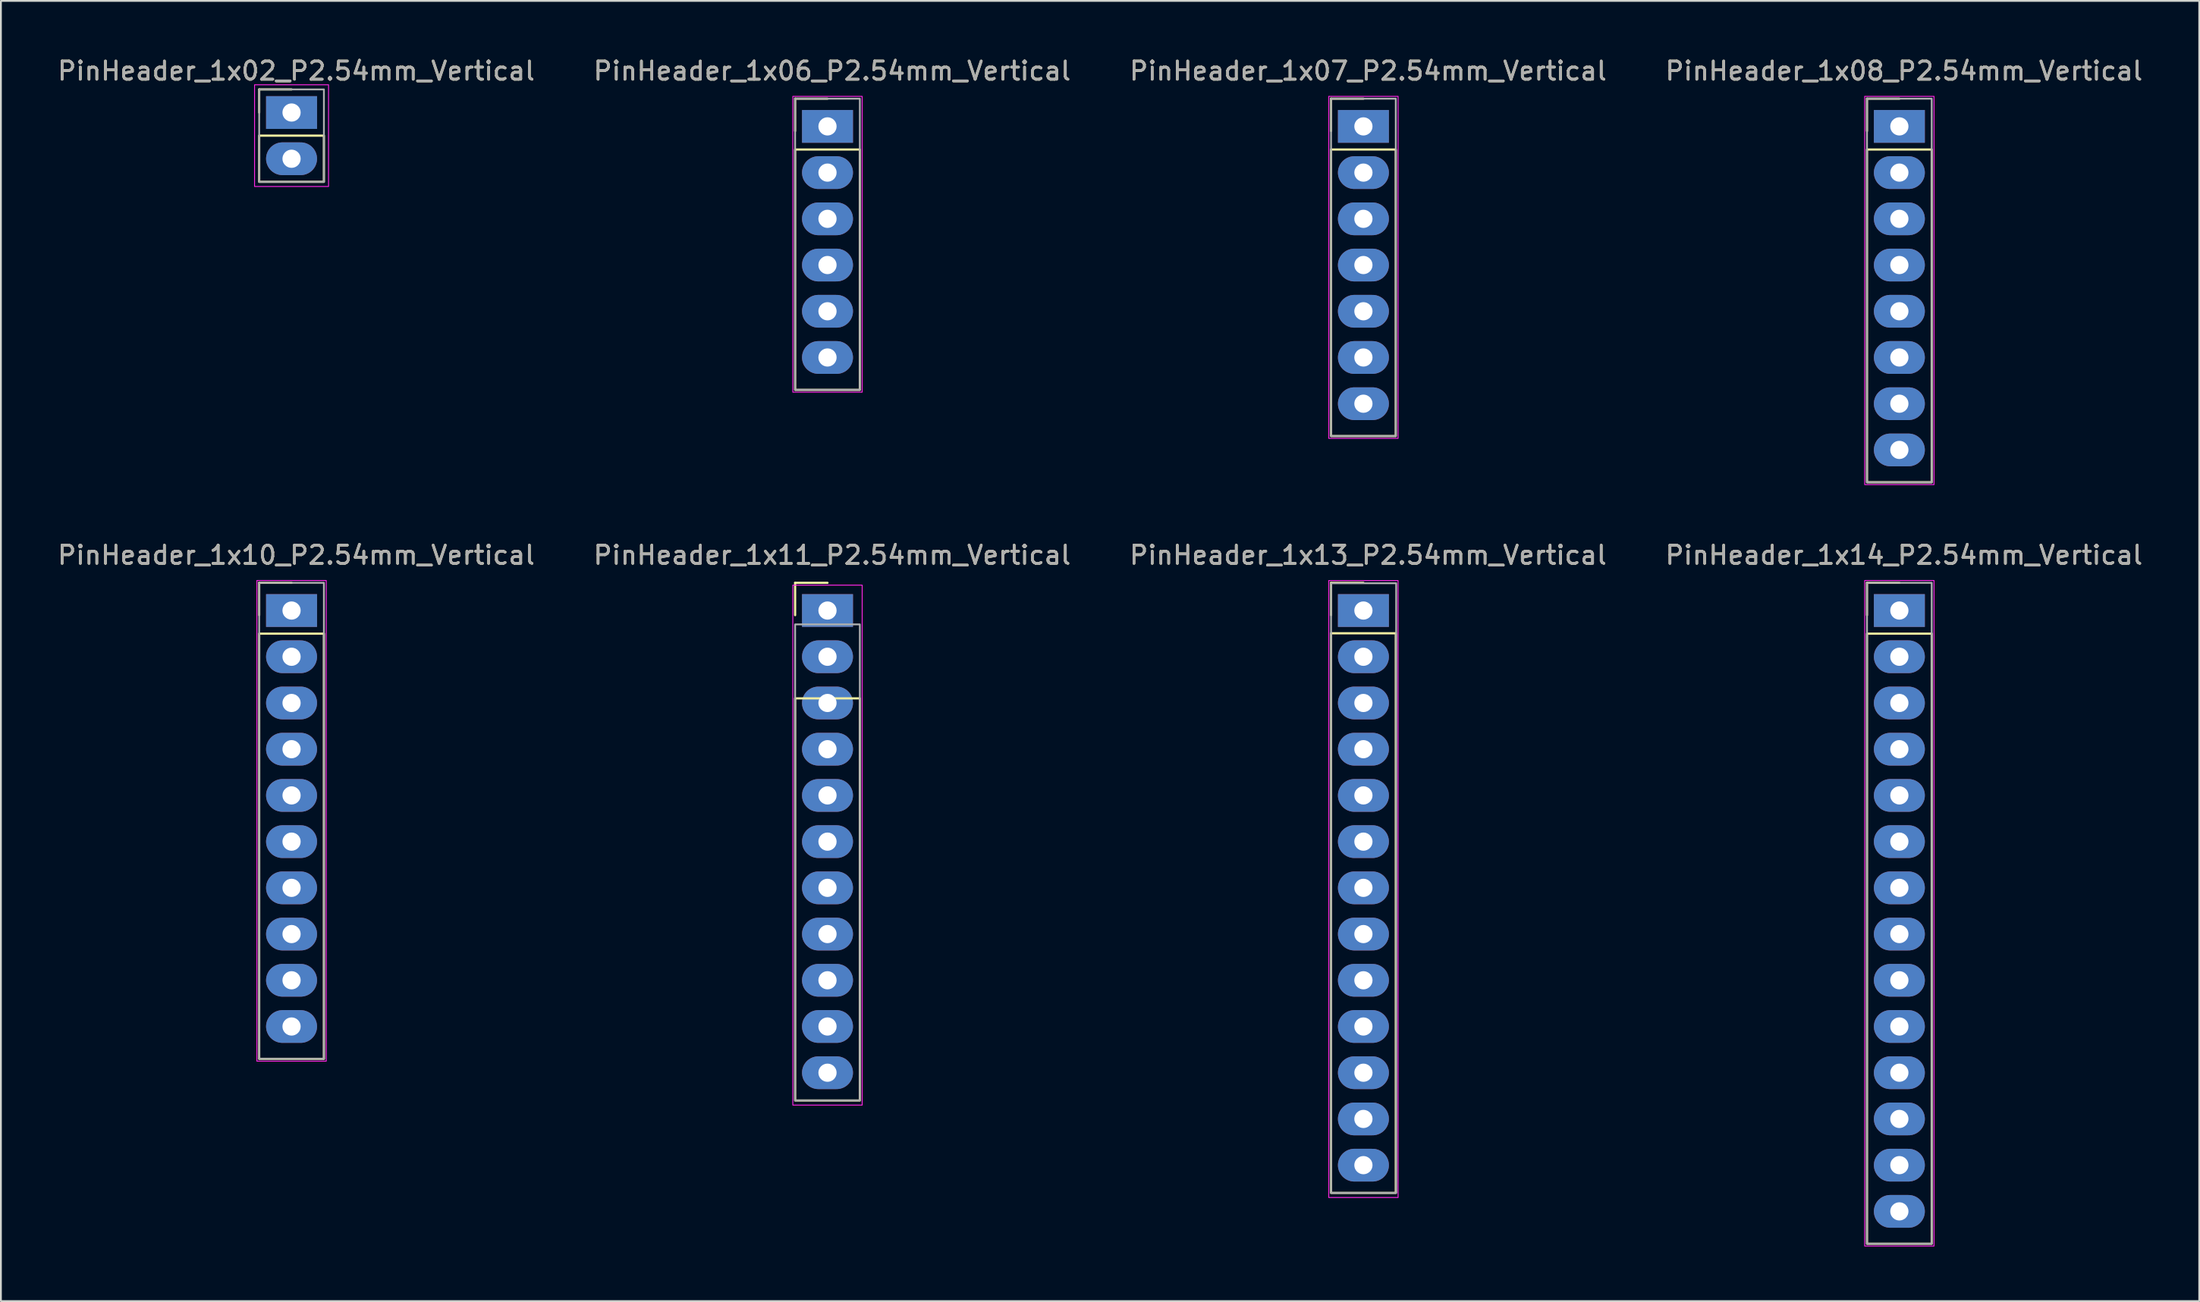
<source format=kicad_pcb>
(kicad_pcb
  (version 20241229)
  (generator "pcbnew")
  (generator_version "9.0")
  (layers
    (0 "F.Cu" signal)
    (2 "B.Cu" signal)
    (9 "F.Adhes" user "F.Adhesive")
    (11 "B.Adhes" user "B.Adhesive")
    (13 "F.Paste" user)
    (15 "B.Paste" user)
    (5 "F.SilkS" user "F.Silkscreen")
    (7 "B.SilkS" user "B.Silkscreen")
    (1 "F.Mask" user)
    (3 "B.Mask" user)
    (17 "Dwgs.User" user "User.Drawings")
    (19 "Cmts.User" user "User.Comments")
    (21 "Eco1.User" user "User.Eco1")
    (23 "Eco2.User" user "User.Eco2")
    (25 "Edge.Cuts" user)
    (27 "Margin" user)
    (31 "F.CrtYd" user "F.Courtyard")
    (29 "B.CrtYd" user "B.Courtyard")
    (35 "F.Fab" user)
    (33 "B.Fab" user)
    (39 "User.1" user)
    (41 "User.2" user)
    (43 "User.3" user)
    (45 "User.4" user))
  (footprint "PinHeader_1x10_P2.54mm_Vertical"
    (layer "F.Cu")
    (at 12.966 30.503)
    (property "Reference" "PinHeader_1x10_P2.54mm_Vertical" (at 0.254 -3.048 0) (unlocked yes) (layer "F.SilkS") (effects (font (size 1 1) (thickness 0.15))))
    (attr through_hole)
    (fp_line (start -1.778 -1.524) (end 0 -1.524) (stroke (width 0.12) (type solid)) (layer "F.SilkS"))
    (fp_line (start -1.778 0.254) (end -1.778 -1.524) (stroke (width 0.12) (type solid)) (layer "F.SilkS"))
    (fp_rect (start -1.778 1.27) (end 1.778 24.638) (stroke (width 0.12) (type solid)) (fill no) (layer "F.SilkS"))
    (fp_rect (start -1.905 -1.651) (end 1.905 24.765) (stroke (width 0.05) (type solid)) (fill no) (layer "F.CrtYd"))
    (fp_rect (start -1.778 -1.524) (end 1.778 24.638) (stroke (width 0.1) (type solid)) (fill no) (layer "F.Fab"))
    (fp_text user "${REFERENCE}" (at 0.254 -3.048 0) (unlocked yes) (layer "F.Fab") (effects (font (size 1 1) (thickness 0.15))))
    (pad "1" thru_hole rect (at 0 0) (size 2.8 1.8) (drill 1) (layers "*.Cu" "*.Mask"))
    (pad "2" thru_hole oval (at 0 2.54) (size 2.8 1.8) (drill 1) (layers "*.Cu" "*.Mask"))
    (pad "3" thru_hole oval (at 0 5.08) (size 2.8 1.8) (drill 1) (layers "*.Cu" "*.Mask"))
    (pad "4" thru_hole oval (at 0 7.62) (size 2.8 1.8) (drill 1) (layers "*.Cu" "*.Mask"))
    (pad "5" thru_hole oval (at 0 10.16) (size 2.8 1.8) (drill 1) (layers "*.Cu" "*.Mask"))
    (pad "6" thru_hole oval (at 0 12.7) (size 2.8 1.8) (drill 1) (layers "*.Cu" "*.Mask"))
    (pad "7" thru_hole oval (at 0 15.24) (size 2.8 1.8) (drill 1) (layers "*.Cu" "*.Mask"))
    (pad "8" thru_hole oval (at 0 17.78) (size 2.8 1.8) (drill 1) (layers "*.Cu" "*.Mask"))
    (pad "9" thru_hole oval (at 0 20.32) (size 2.8 1.8) (drill 1) (layers "*.Cu" "*.Mask"))
    (pad "10" thru_hole oval (at 0 22.86) (size 2.8 1.8) (drill 1) (layers "*.Cu" "*.Mask")))
  (footprint "PinHeader_1x07_P2.54mm_Vertical"
    (layer "F.Cu")
    (at 71.847 3.896)
    (property "Reference" "PinHeader_1x07_P2.54mm_Vertical" (at 0.254 -3.048 0) (unlocked yes) (layer "F.SilkS") (effects (font (size 1 1) (thickness 0.15))))
    (attr through_hole)
    (fp_line (start -1.778 -1.524) (end 0 -1.524) (stroke (width 0.12) (type solid)) (layer "F.SilkS"))
    (fp_line (start -1.778 0.254) (end -1.778 -1.524) (stroke (width 0.12) (type solid)) (layer "F.SilkS"))
    (fp_rect (start -1.778 1.27) (end 1.778 17.018) (stroke (width 0.12) (type solid)) (fill no) (layer "F.SilkS"))
    (fp_rect (start -1.905 -1.651) (end 1.905 17.145) (stroke (width 0.05) (type solid)) (fill no) (layer "F.CrtYd"))
    (fp_rect (start -1.778 -1.524) (end 1.778 17.018) (stroke (width 0.1) (type solid)) (fill no) (layer "F.Fab"))
    (fp_text user "${REFERENCE}" (at 0.254 -3.048 0) (unlocked yes) (layer "F.Fab") (effects (font (size 1 1) (thickness 0.15))))
    (pad "1" thru_hole rect (at 0 0) (size 2.8 1.8) (drill 1) (layers "*.Cu" "*.Mask"))
    (pad "2" thru_hole oval (at 0 2.54) (size 2.8 1.8) (drill 1) (layers "*.Cu" "*.Mask"))
    (pad "3" thru_hole oval (at 0 5.08) (size 2.8 1.8) (drill 1) (layers "*.Cu" "*.Mask"))
    (pad "4" thru_hole oval (at 0 7.62) (size 2.8 1.8) (drill 1) (layers "*.Cu" "*.Mask"))
    (pad "5" thru_hole oval (at 0 10.16) (size 2.8 1.8) (drill 1) (layers "*.Cu" "*.Mask"))
    (pad "6" thru_hole oval (at 0 12.7) (size 2.8 1.8) (drill 1) (layers "*.Cu" "*.Mask"))
    (pad "7" thru_hole oval (at 0 15.24) (size 2.8 1.8) (drill 1) (layers "*.Cu" "*.Mask")))
  (footprint "PinHeader_1x08_P2.54mm_Vertical"
    (layer "F.Cu")
    (at 101.288 3.896)
    (property "Reference" "PinHeader_1x08_P2.54mm_Vertical" (at 0.254 -3.048 0) (unlocked yes) (layer "F.SilkS") (effects (font (size 1 1) (thickness 0.15))))
    (attr through_hole)
    (fp_line (start -1.778 -1.524) (end 0 -1.524) (stroke (width 0.12) (type solid)) (layer "F.SilkS"))
    (fp_line (start -1.778 0.254) (end -1.778 -1.524) (stroke (width 0.12) (type solid)) (layer "F.SilkS"))
    (fp_rect (start -1.778 1.27) (end 1.778 19.558) (stroke (width 0.12) (type solid)) (fill no) (layer "F.SilkS"))
    (fp_rect (start -1.905 -1.651) (end 1.905 19.685) (stroke (width 0.05) (type solid)) (fill no) (layer "F.CrtYd"))
    (fp_rect (start -1.778 -1.524) (end 1.778 19.558) (stroke (width 0.1) (type solid)) (fill no) (layer "F.Fab"))
    (fp_text user "${REFERENCE}" (at 0.254 -3.048 0) (unlocked yes) (layer "F.Fab") (effects (font (size 1 1) (thickness 0.15))))
    (pad "1" thru_hole rect (at 0 0) (size 2.8 1.8) (drill 1) (layers "*.Cu" "*.Mask"))
    (pad "2" thru_hole oval (at 0 2.54) (size 2.8 1.8) (drill 1) (layers "*.Cu" "*.Mask"))
    (pad "3" thru_hole oval (at 0 5.08) (size 2.8 1.8) (drill 1) (layers "*.Cu" "*.Mask"))
    (pad "4" thru_hole oval (at 0 7.62) (size 2.8 1.8) (drill 1) (layers "*.Cu" "*.Mask"))
    (pad "5" thru_hole oval (at 0 10.16) (size 2.8 1.8) (drill 1) (layers "*.Cu" "*.Mask"))
    (pad "6" thru_hole oval (at 0 12.7) (size 2.8 1.8) (drill 1) (layers "*.Cu" "*.Mask"))
    (pad "7" thru_hole oval (at 0 15.24) (size 2.8 1.8) (drill 1) (layers "*.Cu" "*.Mask"))
    (pad "8" thru_hole oval (at 0 17.78) (size 2.8 1.8) (drill 1) (layers "*.Cu" "*.Mask")))
  (footprint "PinHeader_1x11_P2.54mm_Vertical"
    (layer "F.Cu")
    (at 42.407 30.503)
    (property "Reference" "PinHeader_1x11_P2.54mm_Vertical" (at 0.254 -3.048 0) (unlocked yes) (layer "F.SilkS") (effects (font (size 1 1) (thickness 0.15))))
    (attr through_hole)
    (fp_line (start -1.778 -1.524) (end 0 -1.524) (stroke (width 0.12) (type solid)) (layer "F.SilkS"))
    (fp_line (start -1.778 0.254) (end -1.778 -1.524) (stroke (width 0.12) (type solid)) (layer "F.SilkS"))
    (fp_rect (start -1.778 4.826) (end 1.778 26.924) (stroke (width 0.12) (type solid)) (fill no) (layer "F.SilkS"))
    (fp_rect (start -1.905 -1.397) (end 1.905 27.178) (stroke (width 0.05) (type solid)) (fill no) (layer "F.CrtYd"))
    (fp_rect (start -1.778 0.762) (end 1.778 26.924) (stroke (width 0.1) (type solid)) (fill no) (layer "F.Fab"))
    (fp_text user "${REFERENCE}" (at 0.254 -3.048 0) (unlocked yes) (layer "F.Fab") (effects (font (size 1 1) (thickness 0.15))))
    (pad "1" thru_hole rect (at 0 0) (size 2.8 1.8) (drill 1) (layers "*.Cu" "*.Mask"))
    (pad "2" thru_hole oval (at 0 2.54) (size 2.8 1.8) (drill 1) (layers "*.Cu" "*.Mask"))
    (pad "3" thru_hole oval (at 0 5.08) (size 2.8 1.8) (drill 1) (layers "*.Cu" "*.Mask"))
    (pad "4" thru_hole oval (at 0 7.62) (size 2.8 1.8) (drill 1) (layers "*.Cu" "*.Mask"))
    (pad "5" thru_hole oval (at 0 10.16) (size 2.8 1.8) (drill 1) (layers "*.Cu" "*.Mask"))
    (pad "6" thru_hole oval (at 0 12.7) (size 2.8 1.8) (drill 1) (layers "*.Cu" "*.Mask"))
    (pad "7" thru_hole oval (at 0 15.24) (size 2.8 1.8) (drill 1) (layers "*.Cu" "*.Mask"))
    (pad "8" thru_hole oval (at 0 17.78) (size 2.8 1.8) (drill 1) (layers "*.Cu" "*.Mask"))
    (pad "9" thru_hole oval (at 0 20.32) (size 2.8 1.8) (drill 1) (layers "*.Cu" "*.Mask"))
    (pad "10" thru_hole oval (at 0 22.86) (size 2.8 1.8) (drill 1) (layers "*.Cu" "*.Mask"))
    (pad "11" thru_hole oval (at 0 25.4) (size 2.8 1.8) (drill 1) (layers "*.Cu" "*.Mask")))
  (footprint "PinHeader_1x02_P2.54mm_Vertical"
    (layer "F.Cu")
    (at 12.966 3.134)
    (property "Reference" "PinHeader_1x02_P2.54mm_Vertical" (at 0.254 -2.286 0) (unlocked yes) (layer "F.SilkS") (effects (font (size 1 1) (thickness 0.15))))
    (attr through_hole)
    (fp_line (start -1.778 -1.27) (end 0 -1.27) (stroke (width 0.12) (type solid)) (layer "F.SilkS"))
    (fp_line (start -1.778 0) (end -1.778 -1.27) (stroke (width 0.12) (type solid)) (layer "F.SilkS"))
    (fp_rect (start -1.778 1.27) (end 1.778 3.81) (stroke (width 0.12) (type solid)) (fill no) (layer "F.SilkS"))
    (fp_rect (start -2.032 -1.524) (end 2.032 4.064) (stroke (width 0.05) (type solid)) (fill no) (layer "F.CrtYd"))
    (fp_rect (start -1.778 -1.27) (end 1.778 3.81) (stroke (width 0.1) (type solid)) (fill no) (layer "F.Fab"))
    (fp_text user "${REFERENCE}" (at 0.254 -2.286 0) (unlocked yes) (layer "F.Fab") (effects (font (size 1 1) (thickness 0.15))))
    (pad "1" thru_hole rect (at 0 0) (size 2.8 1.8) (drill 1) (layers "*.Cu" "*.Mask"))
    (pad "2" thru_hole oval (at 0 2.54) (size 2.8 1.8) (drill 1) (layers "*.Cu" "*.Mask")))
  (footprint "PinHeader_1x06_P2.54mm_Vertical"
    (layer "F.Cu")
    (at 42.407 3.896)
    (property "Reference" "PinHeader_1x06_P2.54mm_Vertical" (at 0.254 -3.048 0) (unlocked yes) (layer "F.SilkS") (effects (font (size 1 1) (thickness 0.15))))
    (attr through_hole)
    (fp_line (start -1.778 -1.524) (end 0 -1.524) (stroke (width 0.12) (type solid)) (layer "F.SilkS"))
    (fp_line (start -1.778 0.254) (end -1.778 -1.524) (stroke (width 0.12) (type solid)) (layer "F.SilkS"))
    (fp_rect (start -1.778 1.27) (end 1.778 14.478) (stroke (width 0.12) (type solid)) (fill no) (layer "F.SilkS"))
    (fp_rect (start -1.905 -1.651) (end 1.905 14.605) (stroke (width 0.05) (type solid)) (fill no) (layer "F.CrtYd"))
    (fp_rect (start -1.778 -1.524) (end 1.778 14.478) (stroke (width 0.1) (type solid)) (fill no) (layer "F.Fab"))
    (fp_text user "${REFERENCE}" (at 0.254 -3.048 0) (unlocked yes) (layer "F.Fab") (effects (font (size 1 1) (thickness 0.15))))
    (pad "1" thru_hole rect (at 0 0) (size 2.8 1.8) (drill 1) (layers "*.Cu" "*.Mask"))
    (pad "2" thru_hole oval (at 0 2.54) (size 2.8 1.8) (drill 1) (layers "*.Cu" "*.Mask"))
    (pad "3" thru_hole oval (at 0 5.08) (size 2.8 1.8) (drill 1) (layers "*.Cu" "*.Mask"))
    (pad "4" thru_hole oval (at 0 7.62) (size 2.8 1.8) (drill 1) (layers "*.Cu" "*.Mask"))
    (pad "5" thru_hole oval (at 0 10.16) (size 2.8 1.8) (drill 1) (layers "*.Cu" "*.Mask"))
    (pad "6" thru_hole oval (at 0 12.7) (size 2.8 1.8) (drill 1) (layers "*.Cu" "*.Mask")))
  (footprint "PinHeader_1x14_P2.54mm_Vertical"
    (layer "F.Cu")
    (at 101.288 30.503)
    (property "Reference" "PinHeader_1x14_P2.54mm_Vertical" (at 0.254 -3.048 0) (unlocked yes) (layer "F.SilkS") (effects (font (size 1 1) (thickness 0.15))))
    (attr through_hole)
    (fp_line (start -1.778 -1.524) (end 0 -1.524) (stroke (width 0.12) (type solid)) (layer "F.SilkS"))
    (fp_line (start -1.778 0.254) (end -1.778 -1.524) (stroke (width 0.12) (type solid)) (layer "F.SilkS"))
    (fp_rect (start -1.778 1.27) (end 1.778 34.798) (stroke (width 0.12) (type solid)) (fill no) (layer "F.SilkS"))
    (fp_rect (start -1.905 -1.651) (end 1.905 34.925) (stroke (width 0.05) (type solid)) (fill no) (layer "F.CrtYd"))
    (fp_rect (start -1.778 -1.524) (end 1.778 34.798) (stroke (width 0.1) (type solid)) (fill no) (layer "F.Fab"))
    (fp_text user "${REFERENCE}" (at 0.254 -3.048 0) (unlocked yes) (layer "F.Fab") (effects (font (size 1 1) (thickness 0.15))))
    (pad "1" thru_hole rect (at 0 0) (size 2.8 1.8) (drill 1) (layers "*.Cu" "*.Mask"))
    (pad "2" thru_hole oval (at 0 2.54) (size 2.8 1.8) (drill 1) (layers "*.Cu" "*.Mask"))
    (pad "3" thru_hole oval (at 0 5.08) (size 2.8 1.8) (drill 1) (layers "*.Cu" "*.Mask"))
    (pad "4" thru_hole oval (at 0 7.62) (size 2.8 1.8) (drill 1) (layers "*.Cu" "*.Mask"))
    (pad "5" thru_hole oval (at 0 10.16) (size 2.8 1.8) (drill 1) (layers "*.Cu" "*.Mask"))
    (pad "6" thru_hole oval (at 0 12.7) (size 2.8 1.8) (drill 1) (layers "*.Cu" "*.Mask"))
    (pad "7" thru_hole oval (at 0 15.24) (size 2.8 1.8) (drill 1) (layers "*.Cu" "*.Mask"))
    (pad "8" thru_hole oval (at 0 17.78) (size 2.8 1.8) (drill 1) (layers "*.Cu" "*.Mask"))
    (pad "9" thru_hole oval (at 0 20.32) (size 2.8 1.8) (drill 1) (layers "*.Cu" "*.Mask"))
    (pad "10" thru_hole oval (at 0 22.86) (size 2.8 1.8) (drill 1) (layers "*.Cu" "*.Mask"))
    (pad "11" thru_hole oval (at 0 25.4) (size 2.8 1.8) (drill 1) (layers "*.Cu" "*.Mask"))
    (pad "12" thru_hole oval (at 0 27.94) (size 2.8 1.8) (drill 1) (layers "*.Cu" "*.Mask"))
    (pad "13" thru_hole oval (at 0 30.48) (size 2.8 1.8) (drill 1) (layers "*.Cu" "*.Mask"))
    (pad "14" thru_hole oval (at 0 33.02) (size 2.8 1.8) (drill 1) (layers "*.Cu" "*.Mask")))
  (footprint "PinHeader_1x13_P2.54mm_Vertical"
    (layer "F.Cu")
    (at 71.847 30.503)
    (property "Reference" "PinHeader_1x13_P2.54mm_Vertical" (at 0.254 -3.048 0) (unlocked yes) (layer "F.SilkS") (effects (font (size 1 1) (thickness 0.15))))
    (attr through_hole)
    (fp_line (start -1.778 -1.524) (end 0 -1.524) (stroke (width 0.12) (type solid)) (layer "F.SilkS"))
    (fp_line (start -1.778 0.254) (end -1.778 -1.524) (stroke (width 0.12) (type solid)) (layer "F.SilkS"))
    (fp_rect (start -1.778 1.25) (end 1.778 32.004) (stroke (width 0.12) (type solid)) (fill no) (layer "F.SilkS"))
    (fp_rect (start -1.905 -1.647) (end 1.905 32.258) (stroke (width 0.05) (type solid)) (fill no) (layer "F.CrtYd"))
    (fp_rect (start -1.778 -1.5) (end 1.8 32.004) (stroke (width 0.1) (type solid)) (fill no) (layer "F.Fab"))
    (fp_text user "${REFERENCE}" (at 0.254 -3.048 0) (unlocked yes) (layer "F.Fab") (effects (font (size 1 1) (thickness 0.15))))
    (pad "1" thru_hole rect (at 0 0) (size 2.8 1.8) (drill 1) (layers "*.Cu" "*.Mask"))
    (pad "2" thru_hole oval (at 0 2.54) (size 2.8 1.8) (drill 1) (layers "*.Cu" "*.Mask"))
    (pad "3" thru_hole oval (at 0 5.08) (size 2.8 1.8) (drill 1) (layers "*.Cu" "*.Mask"))
    (pad "4" thru_hole oval (at 0 7.62) (size 2.8 1.8) (drill 1) (layers "*.Cu" "*.Mask"))
    (pad "5" thru_hole oval (at 0 10.16) (size 2.8 1.8) (drill 1) (layers "*.Cu" "*.Mask"))
    (pad "6" thru_hole oval (at 0 12.7) (size 2.8 1.8) (drill 1) (layers "*.Cu" "*.Mask"))
    (pad "7" thru_hole oval (at 0 15.24) (size 2.8 1.8) (drill 1) (layers "*.Cu" "*.Mask"))
    (pad "8" thru_hole oval (at 0 17.78) (size 2.8 1.8) (drill 1) (layers "*.Cu" "*.Mask"))
    (pad "9" thru_hole oval (at 0 20.32) (size 2.8 1.8) (drill 1) (layers "*.Cu" "*.Mask"))
    (pad "10" thru_hole oval (at 0 22.86) (size 2.8 1.8) (drill 1) (layers "*.Cu" "*.Mask"))
    (pad "11" thru_hole oval (at 0 25.4) (size 2.8 1.8) (drill 1) (layers "*.Cu" "*.Mask"))
    (pad "12" thru_hole oval (at 0 27.94) (size 2.8 1.8) (drill 1) (layers "*.Cu" "*.Mask"))
    (pad "13" thru_hole oval (at 0 30.48) (size 2.8 1.8) (drill 1) (layers "*.Cu" "*.Mask")))
  (gr_rect
    (start -3 -3)
    (end 117.762 68.453)
    (stroke (width 0.1) (type default))
    (fill no)
    (layer "Edge.Cuts")))
</source>
